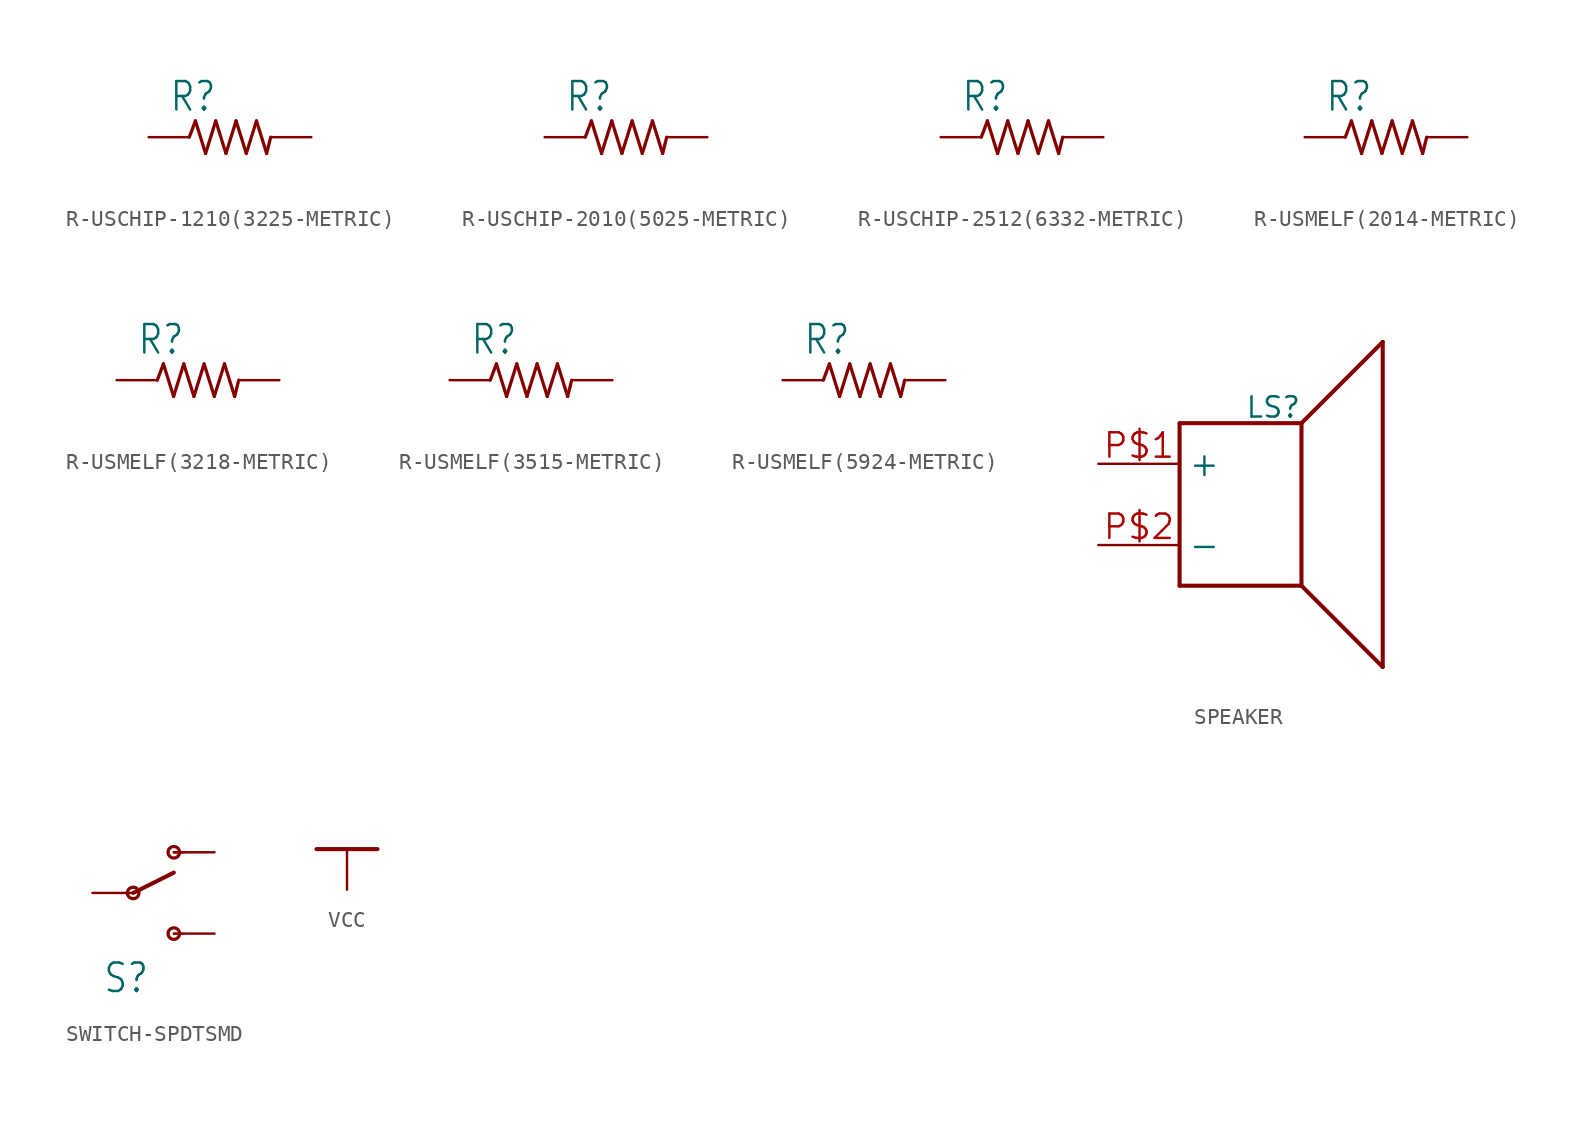
<source format=kicad_sym>
(kicad_symbol_lib
  (version 20241209)
  (generator "kicad_symbol_editor")
  (generator_version "9.0")
  (symbol "R-USCHIP-1210(3225-METRIC)"
    (property "Reference" "R"
      (at -3.81 1.499 0)
      (effects (font (size 1.778 1.511)) (justify left bottom)))
    (property "Value" ""
      (at -3.81 -3.302 0)
      (effects (font (size 1.778 1.511)) (justify left bottom)))
    (property "ki_locked" ""
      (at 0 0 0)
      (effects (font (size 1.27 1.27))))
    (symbol "R-USCHIP-1210(3225-METRIC)_1_0"
      (polyline (pts (xy -2.54 0) (xy -2.159 1.016)) (stroke (width 0.203) (type solid)) (fill (type none)))
      (polyline (pts (xy -2.159 1.016) (xy -1.524 -1.016)) (stroke (width 0.203) (type solid)) (fill (type none)))
      (polyline (pts (xy -1.524 -1.016) (xy -0.889 1.016)) (stroke (width 0.203) (type solid)) (fill (type none)))
      (polyline (pts (xy -0.889 1.016) (xy -0.254 -1.016)) (stroke (width 0.203) (type solid)) (fill (type none)))
      (polyline (pts (xy -0.254 -1.016) (xy 0.381 1.016)) (stroke (width 0.203) (type solid)) (fill (type none)))
      (polyline (pts (xy 0.381 1.016) (xy 1.016 -1.016)) (stroke (width 0.203) (type solid)) (fill (type none)))
      (polyline (pts (xy 1.016 -1.016) (xy 1.651 1.016)) (stroke (width 0.203) (type solid)) (fill (type none)))
      (polyline (pts (xy 1.651 1.016) (xy 2.286 -1.016)) (stroke (width 0.203) (type solid)) (fill (type none)))
      (polyline (pts (xy 2.286 -1.016) (xy 2.54 0)) (stroke (width 0.203) (type solid)) (fill (type none)))
      (pin passive line (at -5.08 0 0) (length 2.54) (name "1" (effects (font (size 0 0)))) (number "1" (effects (font (size 0 0)))))
      (pin passive line (at 5.08 0 180) (length 2.54) (name "2" (effects (font (size 0 0)))) (number "2" (effects (font (size 0 0)))))))
  (symbol "R-USCHIP-2010(5025-METRIC)"
    (property "Reference" "R"
      (at -3.81 1.499 0)
      (effects (font (size 1.778 1.511)) (justify left bottom)))
    (property "Value" ""
      (at -3.81 -3.302 0)
      (effects (font (size 1.778 1.511)) (justify left bottom)))
    (property "ki_locked" ""
      (at 0 0 0)
      (effects (font (size 1.27 1.27))))
    (symbol "R-USCHIP-2010(5025-METRIC)_1_0"
      (polyline (pts (xy -2.54 0) (xy -2.159 1.016)) (stroke (width 0.203) (type solid)) (fill (type none)))
      (polyline (pts (xy -2.159 1.016) (xy -1.524 -1.016)) (stroke (width 0.203) (type solid)) (fill (type none)))
      (polyline (pts (xy -1.524 -1.016) (xy -0.889 1.016)) (stroke (width 0.203) (type solid)) (fill (type none)))
      (polyline (pts (xy -0.889 1.016) (xy -0.254 -1.016)) (stroke (width 0.203) (type solid)) (fill (type none)))
      (polyline (pts (xy -0.254 -1.016) (xy 0.381 1.016)) (stroke (width 0.203) (type solid)) (fill (type none)))
      (polyline (pts (xy 0.381 1.016) (xy 1.016 -1.016)) (stroke (width 0.203) (type solid)) (fill (type none)))
      (polyline (pts (xy 1.016 -1.016) (xy 1.651 1.016)) (stroke (width 0.203) (type solid)) (fill (type none)))
      (polyline (pts (xy 1.651 1.016) (xy 2.286 -1.016)) (stroke (width 0.203) (type solid)) (fill (type none)))
      (polyline (pts (xy 2.286 -1.016) (xy 2.54 0)) (stroke (width 0.203) (type solid)) (fill (type none)))
      (pin passive line (at -5.08 0 0) (length 2.54) (name "1" (effects (font (size 0 0)))) (number "1" (effects (font (size 0 0)))))
      (pin passive line (at 5.08 0 180) (length 2.54) (name "2" (effects (font (size 0 0)))) (number "2" (effects (font (size 0 0)))))))
  (symbol "R-USCHIP-2512(6332-METRIC)"
    (property "Reference" "R"
      (at -3.81 1.499 0)
      (effects (font (size 1.778 1.511)) (justify left bottom)))
    (property "Value" ""
      (at -3.81 -3.302 0)
      (effects (font (size 1.778 1.511)) (justify left bottom)))
    (property "ki_locked" ""
      (at 0 0 0)
      (effects (font (size 1.27 1.27))))
    (symbol "R-USCHIP-2512(6332-METRIC)_1_0"
      (polyline (pts (xy -2.54 0) (xy -2.159 1.016)) (stroke (width 0.203) (type solid)) (fill (type none)))
      (polyline (pts (xy -2.159 1.016) (xy -1.524 -1.016)) (stroke (width 0.203) (type solid)) (fill (type none)))
      (polyline (pts (xy -1.524 -1.016) (xy -0.889 1.016)) (stroke (width 0.203) (type solid)) (fill (type none)))
      (polyline (pts (xy -0.889 1.016) (xy -0.254 -1.016)) (stroke (width 0.203) (type solid)) (fill (type none)))
      (polyline (pts (xy -0.254 -1.016) (xy 0.381 1.016)) (stroke (width 0.203) (type solid)) (fill (type none)))
      (polyline (pts (xy 0.381 1.016) (xy 1.016 -1.016)) (stroke (width 0.203) (type solid)) (fill (type none)))
      (polyline (pts (xy 1.016 -1.016) (xy 1.651 1.016)) (stroke (width 0.203) (type solid)) (fill (type none)))
      (polyline (pts (xy 1.651 1.016) (xy 2.286 -1.016)) (stroke (width 0.203) (type solid)) (fill (type none)))
      (polyline (pts (xy 2.286 -1.016) (xy 2.54 0)) (stroke (width 0.203) (type solid)) (fill (type none)))
      (pin passive line (at -5.08 0 0) (length 2.54) (name "1" (effects (font (size 0 0)))) (number "1" (effects (font (size 0 0)))))
      (pin passive line (at 5.08 0 180) (length 2.54) (name "2" (effects (font (size 0 0)))) (number "2" (effects (font (size 0 0)))))))
  (symbol "R-USMELF(2014-METRIC)"
    (property "Reference" "R"
      (at -3.81 1.499 0)
      (effects (font (size 1.778 1.511)) (justify left bottom)))
    (property "Value" ""
      (at -3.81 -3.302 0)
      (effects (font (size 1.778 1.511)) (justify left bottom)))
    (property "ki_locked" ""
      (at 0 0 0)
      (effects (font (size 1.27 1.27))))
    (symbol "R-USMELF(2014-METRIC)_1_0"
      (polyline (pts (xy -2.54 0) (xy -2.159 1.016)) (stroke (width 0.203) (type solid)) (fill (type none)))
      (polyline (pts (xy -2.159 1.016) (xy -1.524 -1.016)) (stroke (width 0.203) (type solid)) (fill (type none)))
      (polyline (pts (xy -1.524 -1.016) (xy -0.889 1.016)) (stroke (width 0.203) (type solid)) (fill (type none)))
      (polyline (pts (xy -0.889 1.016) (xy -0.254 -1.016)) (stroke (width 0.203) (type solid)) (fill (type none)))
      (polyline (pts (xy -0.254 -1.016) (xy 0.381 1.016)) (stroke (width 0.203) (type solid)) (fill (type none)))
      (polyline (pts (xy 0.381 1.016) (xy 1.016 -1.016)) (stroke (width 0.203) (type solid)) (fill (type none)))
      (polyline (pts (xy 1.016 -1.016) (xy 1.651 1.016)) (stroke (width 0.203) (type solid)) (fill (type none)))
      (polyline (pts (xy 1.651 1.016) (xy 2.286 -1.016)) (stroke (width 0.203) (type solid)) (fill (type none)))
      (polyline (pts (xy 2.286 -1.016) (xy 2.54 0)) (stroke (width 0.203) (type solid)) (fill (type none)))
      (pin passive line (at -5.08 0 0) (length 2.54) (name "1" (effects (font (size 0 0)))) (number "1" (effects (font (size 0 0)))))
      (pin passive line (at 5.08 0 180) (length 2.54) (name "2" (effects (font (size 0 0)))) (number "2" (effects (font (size 0 0)))))))
  (symbol "R-USMELF(3218-METRIC)"
    (property "Reference" "R"
      (at -3.81 1.499 0)
      (effects (font (size 1.778 1.511)) (justify left bottom)))
    (property "Value" ""
      (at -3.81 -3.302 0)
      (effects (font (size 1.778 1.511)) (justify left bottom)))
    (property "ki_locked" ""
      (at 0 0 0)
      (effects (font (size 1.27 1.27))))
    (symbol "R-USMELF(3218-METRIC)_1_0"
      (polyline (pts (xy -2.54 0) (xy -2.159 1.016)) (stroke (width 0.203) (type solid)) (fill (type none)))
      (polyline (pts (xy -2.159 1.016) (xy -1.524 -1.016)) (stroke (width 0.203) (type solid)) (fill (type none)))
      (polyline (pts (xy -1.524 -1.016) (xy -0.889 1.016)) (stroke (width 0.203) (type solid)) (fill (type none)))
      (polyline (pts (xy -0.889 1.016) (xy -0.254 -1.016)) (stroke (width 0.203) (type solid)) (fill (type none)))
      (polyline (pts (xy -0.254 -1.016) (xy 0.381 1.016)) (stroke (width 0.203) (type solid)) (fill (type none)))
      (polyline (pts (xy 0.381 1.016) (xy 1.016 -1.016)) (stroke (width 0.203) (type solid)) (fill (type none)))
      (polyline (pts (xy 1.016 -1.016) (xy 1.651 1.016)) (stroke (width 0.203) (type solid)) (fill (type none)))
      (polyline (pts (xy 1.651 1.016) (xy 2.286 -1.016)) (stroke (width 0.203) (type solid)) (fill (type none)))
      (polyline (pts (xy 2.286 -1.016) (xy 2.54 0)) (stroke (width 0.203) (type solid)) (fill (type none)))
      (pin passive line (at -5.08 0 0) (length 2.54) (name "1" (effects (font (size 0 0)))) (number "1" (effects (font (size 0 0)))))
      (pin passive line (at 5.08 0 180) (length 2.54) (name "2" (effects (font (size 0 0)))) (number "2" (effects (font (size 0 0)))))))
  (symbol "R-USMELF(3515-METRIC)"
    (property "Reference" "R"
      (at -3.81 1.499 0)
      (effects (font (size 1.778 1.511)) (justify left bottom)))
    (property "Value" ""
      (at -3.81 -3.302 0)
      (effects (font (size 1.778 1.511)) (justify left bottom)))
    (property "ki_locked" ""
      (at 0 0 0)
      (effects (font (size 1.27 1.27))))
    (symbol "R-USMELF(3515-METRIC)_1_0"
      (polyline (pts (xy -2.54 0) (xy -2.159 1.016)) (stroke (width 0.203) (type solid)) (fill (type none)))
      (polyline (pts (xy -2.159 1.016) (xy -1.524 -1.016)) (stroke (width 0.203) (type solid)) (fill (type none)))
      (polyline (pts (xy -1.524 -1.016) (xy -0.889 1.016)) (stroke (width 0.203) (type solid)) (fill (type none)))
      (polyline (pts (xy -0.889 1.016) (xy -0.254 -1.016)) (stroke (width 0.203) (type solid)) (fill (type none)))
      (polyline (pts (xy -0.254 -1.016) (xy 0.381 1.016)) (stroke (width 0.203) (type solid)) (fill (type none)))
      (polyline (pts (xy 0.381 1.016) (xy 1.016 -1.016)) (stroke (width 0.203) (type solid)) (fill (type none)))
      (polyline (pts (xy 1.016 -1.016) (xy 1.651 1.016)) (stroke (width 0.203) (type solid)) (fill (type none)))
      (polyline (pts (xy 1.651 1.016) (xy 2.286 -1.016)) (stroke (width 0.203) (type solid)) (fill (type none)))
      (polyline (pts (xy 2.286 -1.016) (xy 2.54 0)) (stroke (width 0.203) (type solid)) (fill (type none)))
      (pin passive line (at -5.08 0 0) (length 2.54) (name "1" (effects (font (size 0 0)))) (number "1" (effects (font (size 0 0)))))
      (pin passive line (at 5.08 0 180) (length 2.54) (name "2" (effects (font (size 0 0)))) (number "2" (effects (font (size 0 0)))))))
  (symbol "R-USMELF(5924-METRIC)"
    (property "Reference" "R"
      (at -3.81 1.499 0)
      (effects (font (size 1.778 1.511)) (justify left bottom)))
    (property "Value" ""
      (at -3.81 -3.302 0)
      (effects (font (size 1.778 1.511)) (justify left bottom)))
    (property "ki_locked" ""
      (at 0 0 0)
      (effects (font (size 1.27 1.27))))
    (symbol "R-USMELF(5924-METRIC)_1_0"
      (polyline (pts (xy -2.54 0) (xy -2.159 1.016)) (stroke (width 0.203) (type solid)) (fill (type none)))
      (polyline (pts (xy -2.159 1.016) (xy -1.524 -1.016)) (stroke (width 0.203) (type solid)) (fill (type none)))
      (polyline (pts (xy -1.524 -1.016) (xy -0.889 1.016)) (stroke (width 0.203) (type solid)) (fill (type none)))
      (polyline (pts (xy -0.889 1.016) (xy -0.254 -1.016)) (stroke (width 0.203) (type solid)) (fill (type none)))
      (polyline (pts (xy -0.254 -1.016) (xy 0.381 1.016)) (stroke (width 0.203) (type solid)) (fill (type none)))
      (polyline (pts (xy 0.381 1.016) (xy 1.016 -1.016)) (stroke (width 0.203) (type solid)) (fill (type none)))
      (polyline (pts (xy 1.016 -1.016) (xy 1.651 1.016)) (stroke (width 0.203) (type solid)) (fill (type none)))
      (polyline (pts (xy 1.651 1.016) (xy 2.286 -1.016)) (stroke (width 0.203) (type solid)) (fill (type none)))
      (polyline (pts (xy 2.286 -1.016) (xy 2.54 0)) (stroke (width 0.203) (type solid)) (fill (type none)))
      (pin passive line (at -5.08 0 0) (length 2.54) (name "1" (effects (font (size 0 0)))) (number "1" (effects (font (size 0 0)))))
      (pin passive line (at 5.08 0 180) (length 2.54) (name "2" (effects (font (size 0 0)))) (number "2" (effects (font (size 0 0)))))))
  (symbol "SPEAKER"
    (property "Reference" "LS"
      (at 2.54 5.334 0)
      (effects (font (size 1.27 1.27)) (justify right bottom)))
    (property "Value" ""
      (at 2.54 -5.334 0)
      (effects (font (size 1.27 1.27)) (justify right top)))
    (property "ki_locked" ""
      (at 0 0 0)
      (effects (font (size 1.27 1.27))))
    (symbol "SPEAKER_1_0"
      (polyline (pts (xy -5.08 5.08) (xy -5.08 -5.08)) (stroke (width 0.254) (type solid)) (fill (type none)))
      (polyline (pts (xy -5.08 -5.08) (xy 2.54 -5.08)) (stroke (width 0.254) (type solid)) (fill (type none)))
      (polyline (pts (xy 2.54 5.08) (xy -5.08 5.08)) (stroke (width 0.254) (type solid)) (fill (type none)))
      (polyline (pts (xy 2.54 5.08) (xy 7.62 10.16)) (stroke (width 0.254) (type solid)) (fill (type none)))
      (polyline (pts (xy 2.54 -5.08) (xy 2.54 5.08)) (stroke (width 0.254) (type solid)) (fill (type none)))
      (polyline (pts (xy 7.62 10.16) (xy 7.62 -10.16)) (stroke (width 0.254) (type solid)) (fill (type none)))
      (polyline (pts (xy 7.62 -10.16) (xy 2.54 -5.08)) (stroke (width 0.254) (type solid)) (fill (type none)))
      (pin bidirectional line (at -10.16 2.54 0) (length 5.08) (name "+" (effects (font (size 1.524 1.524)))) (number "P$1" (effects (font (size 1.524 1.524)))))
      (pin bidirectional line (at -10.16 -2.54 0) (length 5.08) (name "-" (effects (font (size 1.524 1.524)))) (number "P$2" (effects (font (size 1.524 1.524)))))))
  (symbol "SWITCH-SPDTSMD"
    (property "Reference" "S"
      (at -1.905 -6.35 0)
      (effects (font (size 1.778 1.511)) (justify left bottom)))
    (property "Value" ""
      (at -2.54 3.81 0)
      (effects (font (size 1.778 1.511)) (justify left bottom)))
    (property "ki_locked" ""
      (at 0 0 0)
      (effects (font (size 1.27 1.27))))
    (symbol "SWITCH-SPDTSMD_1_0"
      (polyline (pts (xy 0 0) (xy 2.54 1.27)) (stroke (width 0.254) (type solid)) (fill (type none)))
      (circle (center 0 0) (radius 0.359) (stroke (width 0.203) (type solid)) (fill (type none)))
      (polyline (pts (xy 2.54 2.54) (xy 3.175 2.54)) (stroke (width 0.152) (type solid)) (fill (type none)))
      (circle (center 2.54 2.54) (radius 0.359) (stroke (width 0.203) (type solid)) (fill (type none)))
      (polyline (pts (xy 2.54 -2.54) (xy 3.175 -2.54)) (stroke (width 0.127) (type solid)) (fill (type none)))
      (circle (center 2.54 -2.54) (radius 0.359) (stroke (width 0.203) (type solid)) (fill (type none)))
      (pin passive line (at -2.54 0 0) (length 2.54) (name "P" (effects (font (size 0 0)))) (number "2" (effects (font (size 0 0)))))
      (pin passive line (at 5.08 2.54 180) (length 2.54) (name "O" (effects (font (size 0 0)))) (number "1" (effects (font (size 0 0)))))
      (pin passive line (at 5.08 -2.54 180) (length 2.54) (name "S" (effects (font (size 0 0)))) (number "3" (effects (font (size 0 0)))))))
  (symbol "VCC"
    (power)
    (property "Reference" "#SUPPLY"
      (at 0 0 0)
      (effects (font (size 1.27 1.27)) (hide yes)))
    (property "Value" ""
      (at 0 4.445 0)
      (effects (font (size 1.778 1.511))))
    (property "ki_locked" ""
      (at 0 0 0)
      (effects (font (size 1.27 1.27))))
    (symbol "VCC_1_0"
      (polyline (pts (xy 1.905 2.54) (xy -1.905 2.54)) (stroke (width 0.254) (type solid)) (fill (type none)))
      (pin power_in line (at 0 0 90) (length 2.54) (name "VCC" (effects (font (size 0 0)))) (number "1" (effects (font (size 0 0))))))))
</source>
